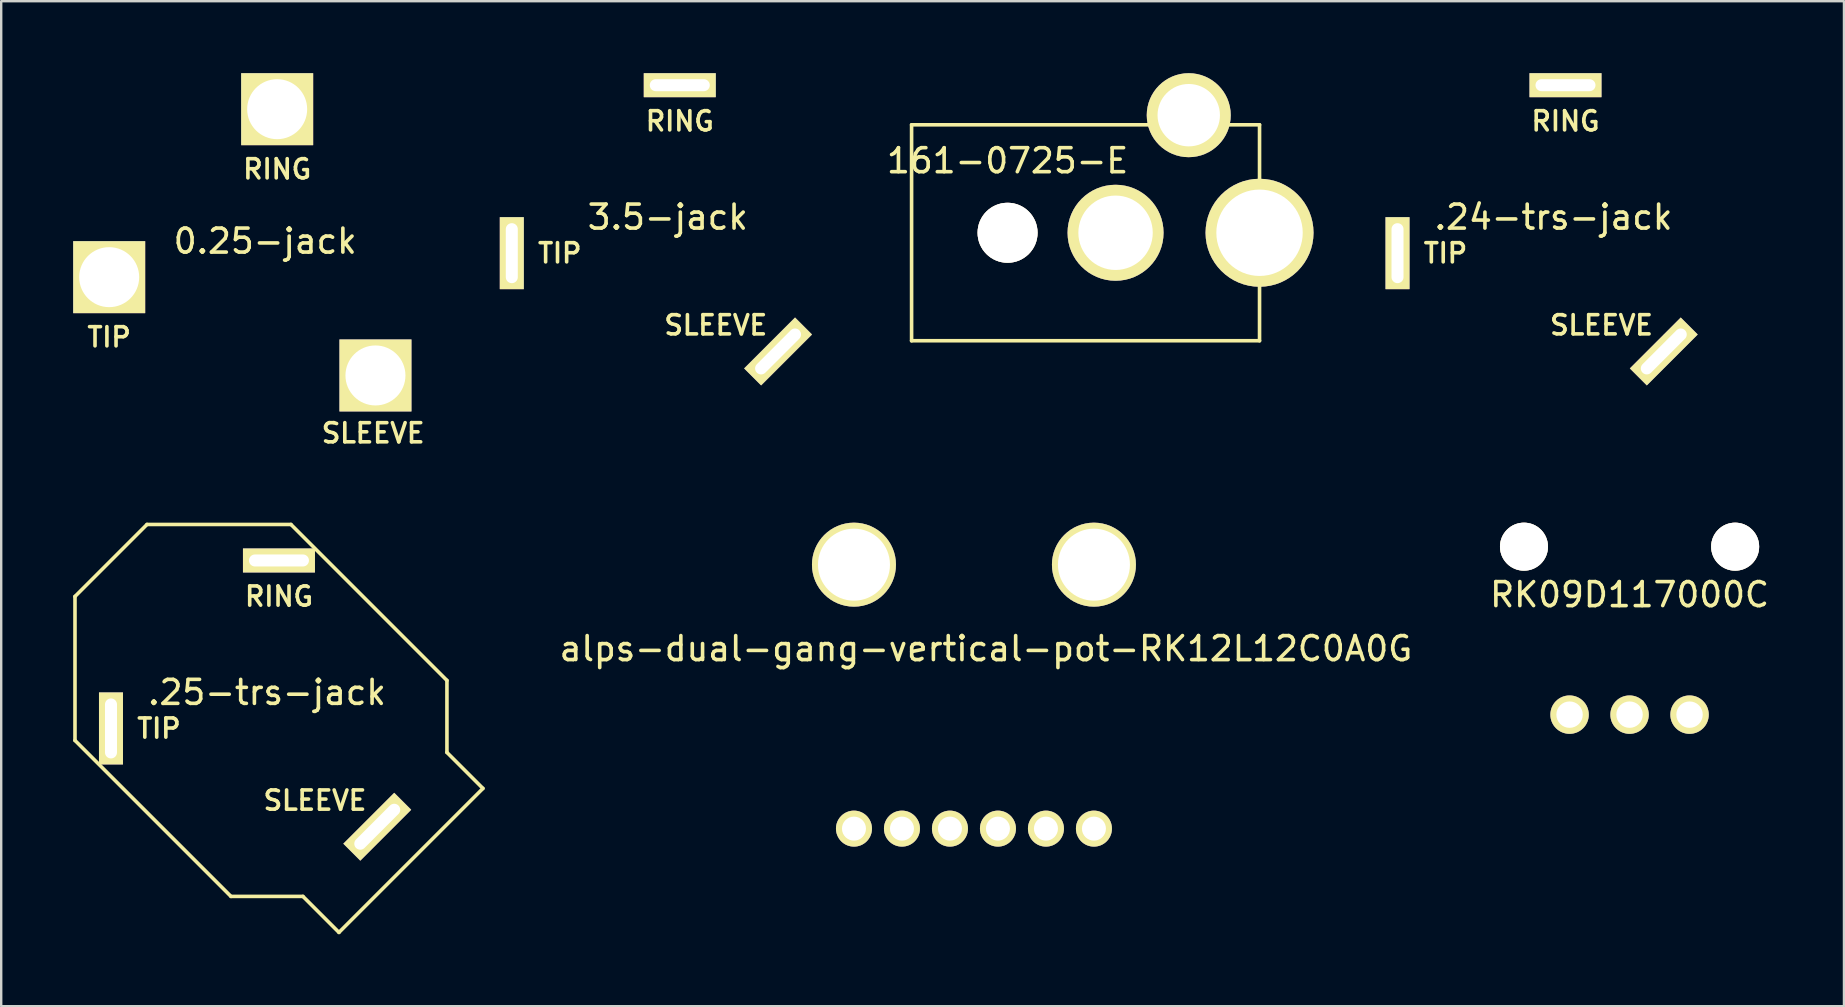
<source format=kicad_pcb>
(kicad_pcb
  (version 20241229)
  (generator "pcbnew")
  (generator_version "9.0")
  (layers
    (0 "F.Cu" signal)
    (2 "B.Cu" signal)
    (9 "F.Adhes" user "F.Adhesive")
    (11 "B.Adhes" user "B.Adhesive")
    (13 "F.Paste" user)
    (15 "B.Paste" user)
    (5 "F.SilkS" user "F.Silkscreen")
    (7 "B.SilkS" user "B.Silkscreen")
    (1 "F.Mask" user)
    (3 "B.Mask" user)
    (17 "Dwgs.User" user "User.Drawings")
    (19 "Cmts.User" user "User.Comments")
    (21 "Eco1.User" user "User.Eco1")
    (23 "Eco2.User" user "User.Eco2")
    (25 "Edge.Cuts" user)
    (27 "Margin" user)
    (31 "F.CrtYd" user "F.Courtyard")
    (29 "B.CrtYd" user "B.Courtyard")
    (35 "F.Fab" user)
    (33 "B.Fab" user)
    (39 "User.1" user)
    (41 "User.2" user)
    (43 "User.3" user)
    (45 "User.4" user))
  (footprint "alps-dual-gang-vertical-pot-RK12L12C0A0G"
    (layer "F.Cu")
    (at 37.537 25.981)
    (property "Reference" "alps-dual-gang-vertical-pot-RK12L12C0A0G" (at 0.5 -2 0) (layer "F.SilkS") (effects (font (size 1 1) (thickness 0.15))))
    (attr through_hole)
    (pad "1" thru_hole circle (at -3 5.5) (size 1.5 1.5) (drill 1) (layers "*.Cu" "*.Mask" "F.SilkS"))
    (pad "2" thru_hole circle (at -5 5.5) (size 1.5 1.5) (drill 1) (layers "*.Cu" "*.Mask" "F.SilkS"))
    (pad "3" thru_hole circle (at 5 5.5) (size 1.5 1.5) (drill 1) (layers "*.Cu" "*.Mask" "F.SilkS"))
    (pad "4" thru_hole circle (at -1 5.5) (size 1.5 1.5) (drill 1) (layers "*.Cu" "*.Mask" "F.SilkS"))
    (pad "5" thru_hole circle (at 1 5.5) (size 1.5 1.5) (drill 1) (layers "*.Cu" "*.Mask" "F.SilkS"))
    (pad "6" thru_hole circle (at 3 5.5) (size 1.5 1.5) (drill 1) (layers "*.Cu" "*.Mask" "F.SilkS"))
    (pad "a" thru_hole circle (at 5 -5.5) (size 3.5 3.5) (drill 3) (layers "*.Cu" "*.Mask" "F.SilkS"))
    (pad "b" thru_hole circle (at -5 -5.5) (size 3.5 3.5) (drill 3) (layers "*.Cu" "*.Mask" "F.SilkS")))
  (footprint ".25-trs-jack"
    (layer "F.Cu")
    (at 8.075 26.806)
    (property "Reference" ".25-trs-jack" (at 0 -1 0) (layer "F.SilkS") (effects (font (size 1 1) (thickness 0.15))))
    (attr through_hole)
    (fp_line (start -8 -5) (end -8 1) (stroke (width 0.15) (type solid)) (layer "F.SilkS"))
    (fp_line (start -5 -8) (end -8 -5) (stroke (width 0.15) (type solid)) (layer "F.SilkS"))
    (fp_line (start -5 -8) (end 1 -8) (stroke (width 0.15) (type solid)) (layer "F.SilkS"))
    (fp_line (start -1.5 7.5) (end -8 1) (stroke (width 0.15) (type solid)) (layer "F.SilkS"))
    (fp_line (start 1.5 7.5) (end -1.5 7.5) (stroke (width 0.15) (type solid)) (layer "F.SilkS"))
    (fp_line (start 3 9) (end 1.5 7.5) (stroke (width 0.15) (type solid)) (layer "F.SilkS"))
    (fp_line (start 7.5 -1.5) (end 1 -8) (stroke (width 0.15) (type solid)) (layer "F.SilkS"))
    (fp_line (start 7.5 1.5) (end 7.5 -1.5) (stroke (width 0.15) (type solid)) (layer "F.SilkS"))
    (fp_line (start 9 3) (end 3 9) (stroke (width 0.15) (type solid)) (layer "F.SilkS"))
    (fp_line (start 9 3) (end 7.5 1.5) (stroke (width 0.15) (type solid)) (layer "F.SilkS"))
    (fp_text user "SLEEVE" (at 2 3.5 0) (layer "F.SilkS") (effects (font (size 0.8 0.8) (thickness 0.15))))
    (fp_text user "RING" (at 0.5 -5 0) (layer "F.SilkS") (effects (font (size 0.8 0.8) (thickness 0.15))))
    (fp_text user "TIP" (at -4.5 0.5 0) (layer "F.SilkS") (effects (font (size 0.8 0.8) (thickness 0.15))))
    (pad "4" thru_hole rect (at -6.5 0.5) (size 1 3) (drill oval 0.5 2.5) (layers "*.Cu" "*.Mask" "F.SilkS"))
    (pad "4" thru_hole rect (at 0.5 -6.5 90) (size 1 3) (drill oval 0.5 2.5) (layers "*.Cu" "*.Mask" "F.SilkS"))
    (pad "4" thru_hole rect (at 4.596 4.596 135) (size 1 3) (drill oval 0.5 2.5) (layers "*.Cu" "*.Mask" "F.SilkS")))
  (footprint "3.5-jack"
    (layer "F.Cu")
    (at 24.778 7)
    (property "Reference" "3.5-jack" (at 0 -1 0) (layer "F.SilkS") (effects (font (size 1 1) (thickness 0.15))))
    (attr through_hole)
    (fp_text user "TIP" (at -4.5 0.5 0) (layer "F.SilkS") (effects (font (size 0.8 0.8) (thickness 0.15))))
    (fp_text user "SLEEVE" (at 2 3.5 0) (layer "F.SilkS") (effects (font (size 0.8 0.8) (thickness 0.15))))
    (fp_text user "RING" (at 0.5 -5 0) (layer "F.SilkS") (effects (font (size 0.8 0.8) (thickness 0.15))))
    (pad "4" thru_hole rect (at -6.5 0.5) (size 1 3) (drill oval 0.5 2.5) (layers "*.Cu" "*.Mask" "F.SilkS"))
    (pad "4" thru_hole rect (at 0.5 -6.5 90) (size 1 3) (drill oval 0.5 2.5) (layers "*.Cu" "*.Mask" "F.SilkS"))
    (pad "4" thru_hole rect (at 4.596 4.596 135) (size 1 3) (drill oval 0.5 2.5) (layers "*.Cu" "*.Mask" "F.SilkS")))
  (footprint ".24-trs-jack"
    (layer "F.Cu")
    (at 61.688 7)
    (property "Reference" ".24-trs-jack" (at 0 -1 0) (layer "F.SilkS") (effects (font (size 1 1) (thickness 0.15))))
    (attr through_hole)
    (fp_text user "RING" (at 0.5 -5 0) (layer "F.SilkS") (effects (font (size 0.8 0.8) (thickness 0.15))))
    (fp_text user "TIP" (at -4.5 0.5 0) (layer "F.SilkS") (effects (font (size 0.8 0.8) (thickness 0.15))))
    (fp_text user "SLEEVE" (at 2 3.5 0) (layer "F.SilkS") (effects (font (size 0.8 0.8) (thickness 0.15))))
    (pad "4" thru_hole rect (at -6.5 0.5) (size 1 3) (drill oval 0.5 2.5) (layers "*.Cu" "*.Mask" "F.SilkS"))
    (pad "4" thru_hole rect (at 0.5 -6.5 90) (size 1 3) (drill oval 0.5 2.5) (layers "*.Cu" "*.Mask" "F.SilkS"))
    (pad "4" thru_hole rect (at 4.596 4.596 135) (size 1 3) (drill oval 0.5 2.5) (layers "*.Cu" "*.Mask" "F.SilkS")))
  (footprint "161-0725-E"
    (layer "F.Cu")
    (at 38.938 6.65)
    (property "Reference" "161-0725-E" (at 0 -3 0) (layer "F.SilkS") (effects (font (size 1 1) (thickness 0.15))))
    (attr through_hole)
    (fp_line (start -4 4.5) (end -4 -4.5) (stroke (width 0.15) (type solid)) (layer "F.SilkS"))
    (fp_line (start 10.5 -4.5) (end -4 -4.5) (stroke (width 0.15) (type solid)) (layer "F.SilkS"))
    (fp_line (start 10.5 -4.5) (end 10.5 4.5) (stroke (width 0.15) (type solid)) (layer "F.SilkS"))
    (fp_line (start 10.5 4.5) (end -4 4.5) (stroke (width 0.15) (type solid)) (layer "F.SilkS"))
    (pad "1" thru_hole circle (at 10.5 0) (size 4.5 4.5) (drill 3.6) (layers "*.Cu" "*.Mask" "F.SilkS"))
    (pad "2" thru_hole circle (at 4.5 0) (size 4 4) (drill 3.1) (layers "*.Cu" "*.Mask" "F.SilkS"))
    (pad "3" thru_hole circle (at 7.55 -4.9) (size 3.5 3.5) (drill 2.6) (layers "*.Cu" "*.Mask" "F.SilkS"))
    (pad "10" thru_hole circle (at 0 0) (size 2.5 2.5) (drill 2.5) (layers "*.Cu" "*.Mask" "F.SilkS")))
  (footprint "RK09D117000C"
    (layer "F.Cu")
    (at 64.858 26.731)
    (property "Reference" "RK09D117000C" (at 0 -5 0) (layer "F.SilkS") (effects (font (size 1 1) (thickness 0.15))))
    (attr through_hole)
    (pad "1" thru_hole circle (at -2.5 0) (size 1.6 1.6) (drill 1.1) (layers "*.Cu" "*.Mask" "F.SilkS"))
    (pad "2" thru_hole circle (at 0 0) (size 1.6 1.6) (drill 1.1) (layers "*.Cu" "*.Mask" "F.SilkS"))
    (pad "3" thru_hole circle (at 2.5 0) (size 1.6 1.6) (drill 1.1) (layers "*.Cu" "*.Mask" "F.SilkS"))
    (pad "4" thru_hole circle (at 4.4 -7) (size 2 2) (drill 2) (layers "*.Cu" "*.Mask" "F.SilkS"))
    (pad "5" thru_hole circle (at -4.4 -7) (size 2 2) (drill 2) (layers "*.Cu" "*.Mask" "F.SilkS")))
  (footprint "0.25-jack"
    (layer "F.Cu")
    (at 8 8)
    (property "Reference" "0.25-jack" (at 0 -1 0) (layer "F.SilkS") (effects (font (size 1 1) (thickness 0.15))))
    (attr through_hole)
    (fp_text user "SLEEVE" (at 4.5 7 0) (layer "F.SilkS") (effects (font (size 0.8 0.8) (thickness 0.15))))
    (fp_text user "TIP" (at -6.5 3 0) (layer "F.SilkS") (effects (font (size 0.8 0.8) (thickness 0.15))))
    (fp_text user "RING" (at 0.5 -4 0) (layer "F.SilkS") (effects (font (size 0.8 0.8) (thickness 0.15))))
    (pad "1" thru_hole rect (at -6.5 0.5) (size 3 3) (drill oval 2.5) (layers "*.Cu" "*.Mask" "F.SilkS"))
    (pad "2" thru_hole rect (at 0.5 -6.5 90) (size 3 3) (drill oval 2.5) (layers "*.Cu" "*.Mask" "F.SilkS"))
    (pad "3" thru_hole rect (at 4.596 4.596) (size 3 3) (drill oval 2.5) (layers "*.Cu" "*.Mask" "F.SilkS")))
  (gr_rect
    (start -3 -3)
    (end 73.793 38.881)
    (stroke (width 0.1) (type default))
    (fill no)
    (layer "Edge.Cuts")))
</source>
